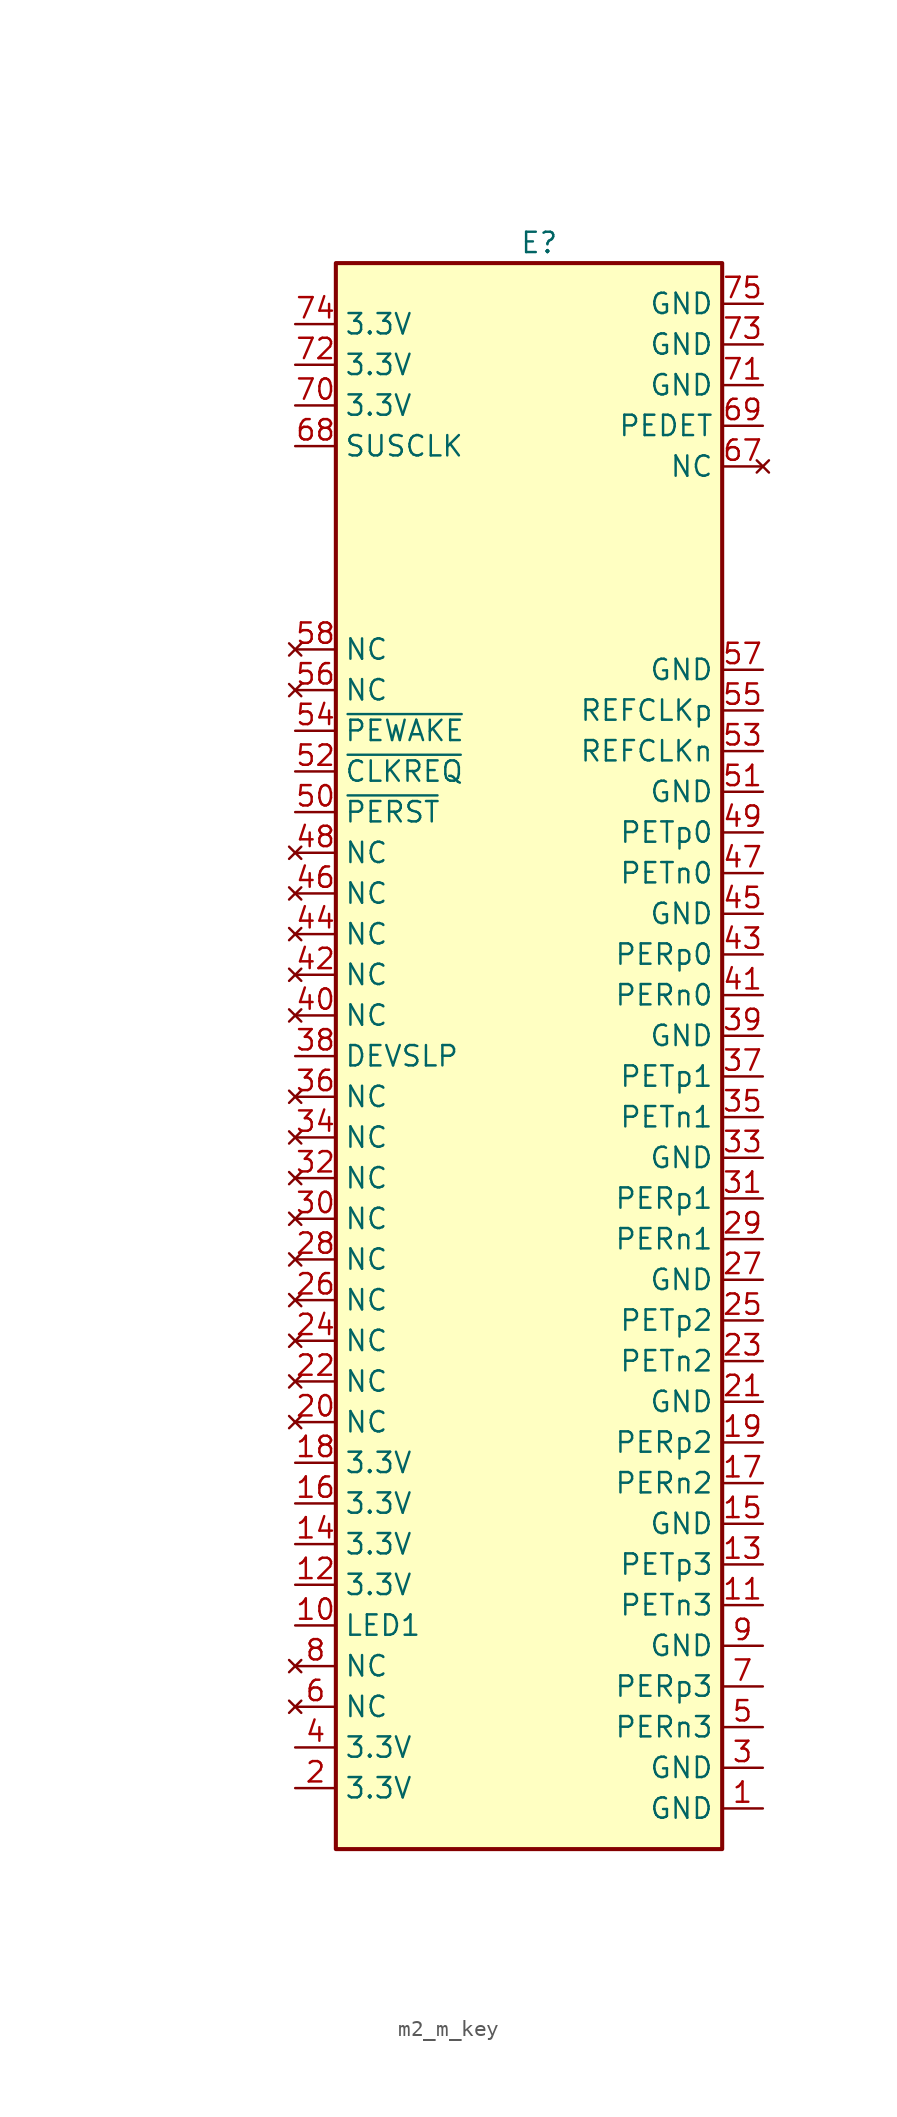
<source format=kicad_sym>
(kicad_symbol_lib
  (version 20231120)
  (generator "kicad_symbol_editor")
  (generator_version "8.0")
  (symbol "m2_m_key"
    (property "Reference" "E"
      (at 0 48.26 0)
      (effects (font (size 1.27 1.27))))
    (property "Value" ""
      (at -25.4 -20.32 90)
      (effects (font (size 1.27 1.27))))
    (symbol "m2_m_key_0_1"
      (rectangle (start -12.7 46.99) (end 11.43 -52.07) (stroke (width 0.254) (type default)) (fill (type background))))
    (symbol "m2_m_key_1_1"
      (pin power_in line (at 13.97 -49.53 180) (length 2.54) (name "GND" (effects (font (size 1.27 1.27)))) (number "1" (effects (font (size 1.27 1.27)))))
      (pin output line (at -15.24 -38.1 0) (length 2.54) (name "LED1" (effects (font (size 1.27 1.27)))) (number "10" (effects (font (size 1.27 1.27)))))
      (pin output line (at 13.97 -36.83 180) (length 2.54) (name "PETn3" (effects (font (size 1.27 1.27)))) (number "11" (effects (font (size 1.27 1.27)))))
      (pin power_in line (at -15.24 -35.56 0) (length 2.54) (name "3.3V" (effects (font (size 1.27 1.27)))) (number "12" (effects (font (size 1.27 1.27)))))
      (pin output line (at 13.97 -34.29 180) (length 2.54) (name "PETp3" (effects (font (size 1.27 1.27)))) (number "13" (effects (font (size 1.27 1.27)))))
      (pin power_in line (at -15.24 -33.02 0) (length 2.54) (name "3.3V" (effects (font (size 1.27 1.27)))) (number "14" (effects (font (size 1.27 1.27)))))
      (pin power_in line (at 13.97 -31.75 180) (length 2.54) (name "GND" (effects (font (size 1.27 1.27)))) (number "15" (effects (font (size 1.27 1.27)))))
      (pin power_in line (at -15.24 -30.48 0) (length 2.54) (name "3.3V" (effects (font (size 1.27 1.27)))) (number "16" (effects (font (size 1.27 1.27)))))
      (pin input line (at 13.97 -29.21 180) (length 2.54) (name "PERn2" (effects (font (size 1.27 1.27)))) (number "17" (effects (font (size 1.27 1.27)))))
      (pin power_in line (at -15.24 -27.94 0) (length 2.54) (name "3.3V" (effects (font (size 1.27 1.27)))) (number "18" (effects (font (size 1.27 1.27)))))
      (pin input line (at 13.97 -26.67 180) (length 2.54) (name "PERp2" (effects (font (size 1.27 1.27)))) (number "19" (effects (font (size 1.27 1.27)))))
      (pin power_in line (at -15.24 -48.26 0) (length 2.54) (name "3.3V" (effects (font (size 1.27 1.27)))) (number "2" (effects (font (size 1.27 1.27)))))
      (pin no_connect line (at -15.24 -25.4 0) (length 2.54) (name "NC" (effects (font (size 1.27 1.27)))) (number "20" (effects (font (size 1.27 1.27)))))
      (pin power_in line (at 13.97 -24.13 180) (length 2.54) (name "GND" (effects (font (size 1.27 1.27)))) (number "21" (effects (font (size 1.27 1.27)))))
      (pin no_connect line (at -15.24 -22.86 0) (length 2.54) (name "NC" (effects (font (size 1.27 1.27)))) (number "22" (effects (font (size 1.27 1.27)))))
      (pin output line (at 13.97 -21.59 180) (length 2.54) (name "PETn2" (effects (font (size 1.27 1.27)))) (number "23" (effects (font (size 1.27 1.27)))))
      (pin no_connect line (at -15.24 -20.32 0) (length 2.54) (name "NC" (effects (font (size 1.27 1.27)))) (number "24" (effects (font (size 1.27 1.27)))))
      (pin output line (at 13.97 -19.05 180) (length 2.54) (name "PETp2" (effects (font (size 1.27 1.27)))) (number "25" (effects (font (size 1.27 1.27)))))
      (pin no_connect line (at -15.24 -17.78 0) (length 2.54) (name "NC" (effects (font (size 1.27 1.27)))) (number "26" (effects (font (size 1.27 1.27)))))
      (pin power_in line (at 13.97 -16.51 180) (length 2.54) (name "GND" (effects (font (size 1.27 1.27)))) (number "27" (effects (font (size 1.27 1.27)))))
      (pin no_connect line (at -15.24 -15.24 0) (length 2.54) (name "NC" (effects (font (size 1.27 1.27)))) (number "28" (effects (font (size 1.27 1.27)))))
      (pin input line (at 13.97 -13.97 180) (length 2.54) (name "PERn1" (effects (font (size 1.27 1.27)))) (number "29" (effects (font (size 1.27 1.27)))))
      (pin power_in line (at 13.97 -46.99 180) (length 2.54) (name "GND" (effects (font (size 1.27 1.27)))) (number "3" (effects (font (size 1.27 1.27)))))
      (pin no_connect line (at -15.24 -12.7 0) (length 2.54) (name "NC" (effects (font (size 1.27 1.27)))) (number "30" (effects (font (size 1.27 1.27)))))
      (pin input line (at 13.97 -11.43 180) (length 2.54) (name "PERp1" (effects (font (size 1.27 1.27)))) (number "31" (effects (font (size 1.27 1.27)))))
      (pin no_connect line (at -15.24 -10.16 0) (length 2.54) (name "NC" (effects (font (size 1.27 1.27)))) (number "32" (effects (font (size 1.27 1.27)))))
      (pin power_in line (at 13.97 -8.89 180) (length 2.54) (name "GND" (effects (font (size 1.27 1.27)))) (number "33" (effects (font (size 1.27 1.27)))))
      (pin no_connect line (at -15.24 -7.62 0) (length 2.54) (name "NC" (effects (font (size 1.27 1.27)))) (number "34" (effects (font (size 1.27 1.27)))))
      (pin output line (at 13.97 -6.35 180) (length 2.54) (name "PETn1" (effects (font (size 1.27 1.27)))) (number "35" (effects (font (size 1.27 1.27)))))
      (pin no_connect line (at -15.24 -5.08 0) (length 2.54) (name "NC" (effects (font (size 1.27 1.27)))) (number "36" (effects (font (size 1.27 1.27)))))
      (pin output line (at 13.97 -3.81 180) (length 2.54) (name "PETp1" (effects (font (size 1.27 1.27)))) (number "37" (effects (font (size 1.27 1.27)))))
      (pin output line (at -15.24 -2.54 0) (length 2.54) (name "DEVSLP" (effects (font (size 1.27 1.27)))) (number "38" (effects (font (size 1.27 1.27)))))
      (pin power_in line (at 13.97 -1.27 180) (length 2.54) (name "GND" (effects (font (size 1.27 1.27)))) (number "39" (effects (font (size 1.27 1.27)))))
      (pin power_in line (at -15.24 -45.72 0) (length 2.54) (name "3.3V" (effects (font (size 1.27 1.27)))) (number "4" (effects (font (size 1.27 1.27)))))
      (pin no_connect line (at -15.24 0 0) (length 2.54) (name "NC" (effects (font (size 1.27 1.27)))) (number "40" (effects (font (size 1.27 1.27)))))
      (pin input line (at 13.97 1.27 180) (length 2.54) (name "PERn0" (effects (font (size 1.27 1.27)))) (number "41" (effects (font (size 1.27 1.27)))))
      (pin no_connect line (at -15.24 2.54 0) (length 2.54) (name "NC" (effects (font (size 1.27 1.27)))) (number "42" (effects (font (size 1.27 1.27)))))
      (pin input line (at 13.97 3.81 180) (length 2.54) (name "PERp0" (effects (font (size 1.27 1.27)))) (number "43" (effects (font (size 1.27 1.27)))))
      (pin no_connect line (at -15.24 5.08 0) (length 2.54) (name "NC" (effects (font (size 1.27 1.27)))) (number "44" (effects (font (size 1.27 1.27)))))
      (pin power_in line (at 13.97 6.35 180) (length 2.54) (name "GND" (effects (font (size 1.27 1.27)))) (number "45" (effects (font (size 1.27 1.27)))))
      (pin no_connect line (at -15.24 7.62 0) (length 2.54) (name "NC" (effects (font (size 1.27 1.27)))) (number "46" (effects (font (size 1.27 1.27)))))
      (pin output line (at 13.97 8.89 180) (length 2.54) (name "PETn0" (effects (font (size 1.27 1.27)))) (number "47" (effects (font (size 1.27 1.27)))))
      (pin no_connect line (at -15.24 10.16 0) (length 2.54) (name "NC" (effects (font (size 1.27 1.27)))) (number "48" (effects (font (size 1.27 1.27)))))
      (pin output line (at 13.97 11.43 180) (length 2.54) (name "PETp0" (effects (font (size 1.27 1.27)))) (number "49" (effects (font (size 1.27 1.27)))))
      (pin input line (at 13.97 -44.45 180) (length 2.54) (name "PERn3" (effects (font (size 1.27 1.27)))) (number "5" (effects (font (size 1.27 1.27)))))
      (pin output line (at -15.24 12.7 0) (length 2.54) (name "~{PERST}" (effects (font (size 1.27 1.27)))) (number "50" (effects (font (size 1.27 1.27)))))
      (pin power_in line (at 13.97 13.97 180) (length 2.54) (name "GND" (effects (font (size 1.27 1.27)))) (number "51" (effects (font (size 1.27 1.27)))))
      (pin bidirectional line (at -15.24 15.24 0) (length 2.54) (name "~{CLKREQ}" (effects (font (size 1.27 1.27)))) (number "52" (effects (font (size 1.27 1.27)))))
      (pin output line (at 13.97 16.51 180) (length 2.54) (name "REFCLKn" (effects (font (size 1.27 1.27)))) (number "53" (effects (font (size 1.27 1.27)))))
      (pin bidirectional line (at -15.24 17.78 0) (length 2.54) (name "~{PEWAKE}" (effects (font (size 1.27 1.27)))) (number "54" (effects (font (size 1.27 1.27)))))
      (pin output line (at 13.97 19.05 180) (length 2.54) (name "REFCLKp" (effects (font (size 1.27 1.27)))) (number "55" (effects (font (size 1.27 1.27)))))
      (pin no_connect line (at -15.24 20.32 0) (length 2.54) (name "NC" (effects (font (size 1.27 1.27)))) (number "56" (effects (font (size 1.27 1.27)))))
      (pin power_in line (at 13.97 21.59 180) (length 2.54) (name "GND" (effects (font (size 1.27 1.27)))) (number "57" (effects (font (size 1.27 1.27)))))
      (pin no_connect line (at -15.24 22.86 0) (length 2.54) (name "NC" (effects (font (size 1.27 1.27)))) (number "58" (effects (font (size 1.27 1.27)))))
      (pin no_connect line (at -15.24 -43.18 0) (length 2.54) (name "NC" (effects (font (size 1.27 1.27)))) (number "6" (effects (font (size 1.27 1.27)))))
      (pin no_connect line (at 13.97 34.29 180) (length 2.54) (name "NC" (effects (font (size 1.27 1.27)))) (number "67" (effects (font (size 1.27 1.27)))))
      (pin output line (at -15.24 35.56 0) (length 2.54) (name "SUSCLK" (effects (font (size 1.27 1.27)))) (number "68" (effects (font (size 1.27 1.27)))))
      (pin input line (at 13.97 36.83 180) (length 2.54) (name "PEDET" (effects (font (size 1.27 1.27)))) (number "69" (effects (font (size 1.27 1.27)))))
      (pin input line (at 13.97 -41.91 180) (length 2.54) (name "PERp3" (effects (font (size 1.27 1.27)))) (number "7" (effects (font (size 1.27 1.27)))))
      (pin passive line (at -15.24 38.1 0) (length 2.54) (name "3.3V" (effects (font (size 1.27 1.27)))) (number "70" (effects (font (size 1.27 1.27)))))
      (pin power_in line (at 13.97 39.37 180) (length 2.54) (name "GND" (effects (font (size 1.27 1.27)))) (number "71" (effects (font (size 1.27 1.27)))))
      (pin passive line (at -15.24 40.64 0) (length 2.54) (name "3.3V" (effects (font (size 1.27 1.27)))) (number "72" (effects (font (size 1.27 1.27)))))
      (pin power_in line (at 13.97 41.91 180) (length 2.54) (name "GND" (effects (font (size 1.27 1.27)))) (number "73" (effects (font (size 1.27 1.27)))))
      (pin passive line (at -15.24 43.18 0) (length 2.54) (name "3.3V" (effects (font (size 1.27 1.27)))) (number "74" (effects (font (size 1.27 1.27)))))
      (pin power_in line (at 13.97 44.45 180) (length 2.54) (name "GND" (effects (font (size 1.27 1.27)))) (number "75" (effects (font (size 1.27 1.27)))))
      (pin no_connect line (at -15.24 -40.64 0) (length 2.54) (name "NC" (effects (font (size 1.27 1.27)))) (number "8" (effects (font (size 1.27 1.27)))))
      (pin power_in line (at 13.97 -39.37 180) (length 2.54) (name "GND" (effects (font (size 1.27 1.27)))) (number "9" (effects (font (size 1.27 1.27))))))))
</source>
